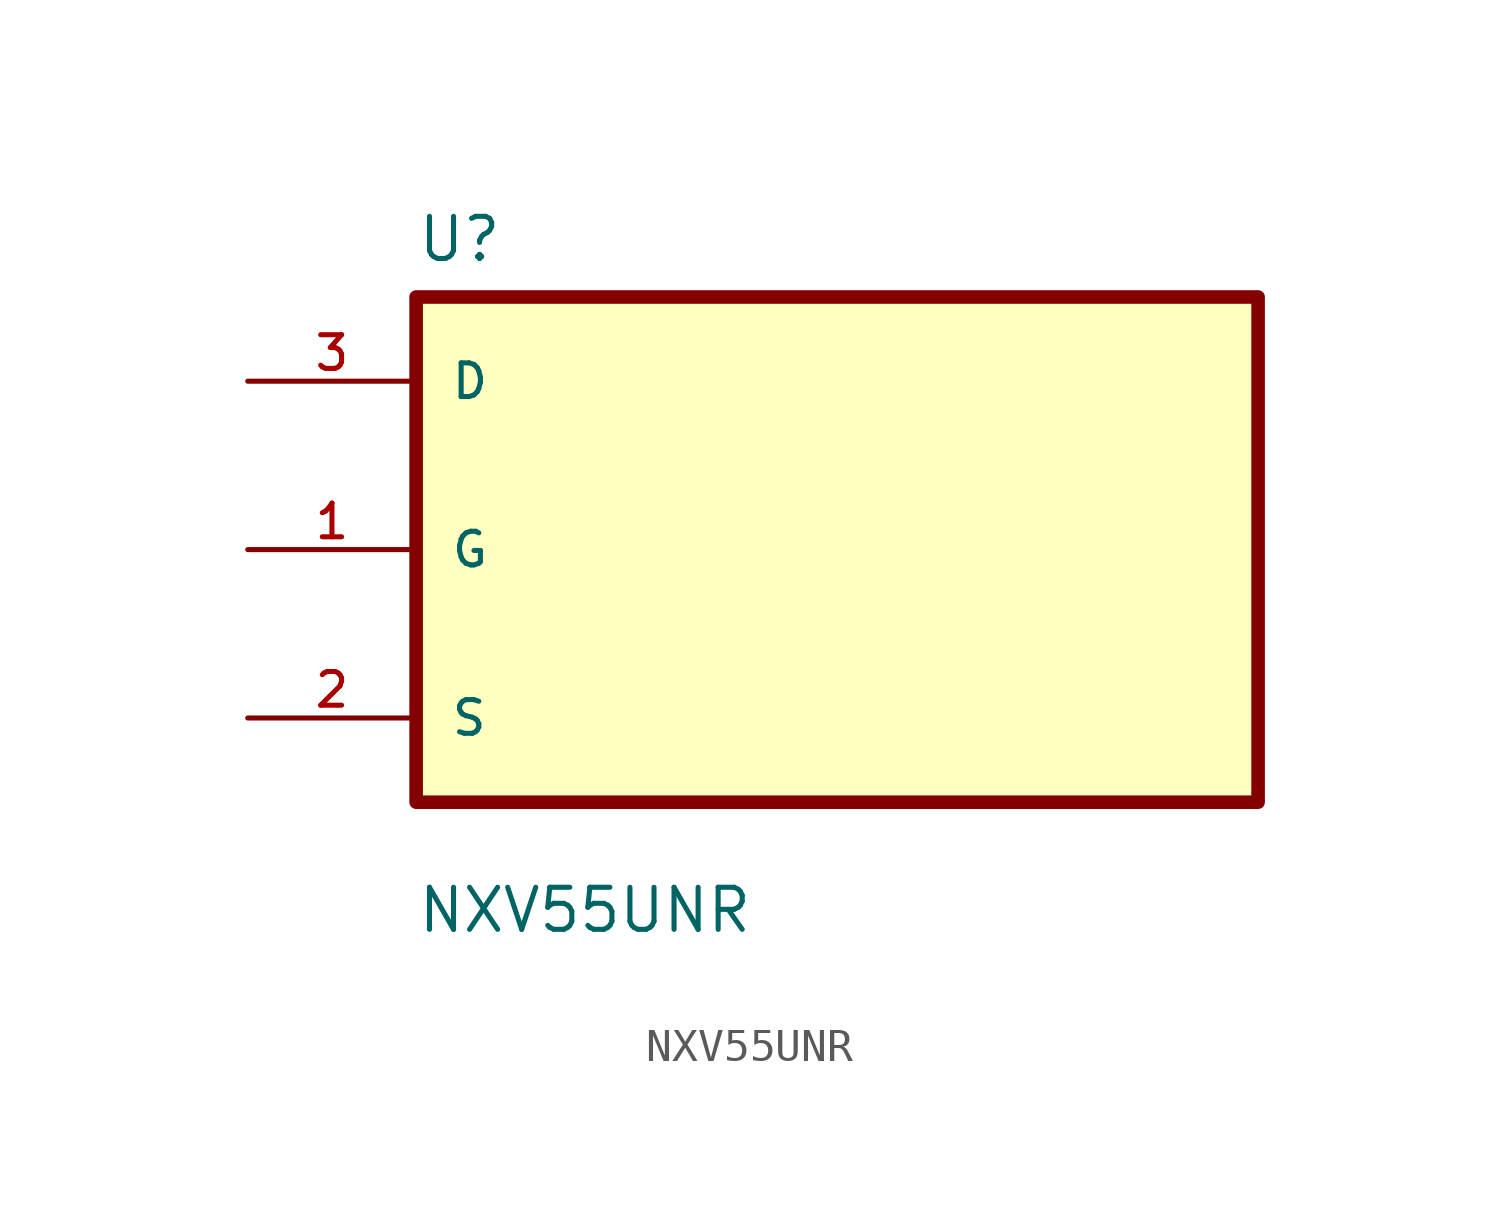
<source format=kicad_sym>
(kicad_symbol_lib
  (version 20211014)
  (generator kicad_symbol_editor)
  (symbol "NXV55UNR"
    (pin_names
      (offset 1.016))
    (property "Reference" "U"
      (at -12.7 8.62 0.0)
      (effects (font (size 1.27 1.27)) (justify bottom left)))
    (property "Value" "NXV55UNR"
      (at -12.7 -11.62 0.0)
      (effects (font (size 1.27 1.27)) (justify bottom left)))
    (symbol "NXV55UNR_0_0"
      (rectangle (start -12.7 -7.62) (end 12.7 7.62) (stroke (width 0.41)) (fill (type background)))
      (pin bidirectional line (at -17.78 5.08 0) (length 5.08) (name "D" (effects (font (size 1.016 1.016)))) (number "3" (effects (font (size 1.016 1.016)))))
      (pin bidirectional line (at -17.78 0.0 0) (length 5.08) (name "G" (effects (font (size 1.016 1.016)))) (number "1" (effects (font (size 1.016 1.016)))))
      (pin bidirectional line (at -17.78 -5.08 0) (length 5.08) (name "S" (effects (font (size 1.016 1.016)))) (number "2" (effects (font (size 1.016 1.016))))))))
</source>
